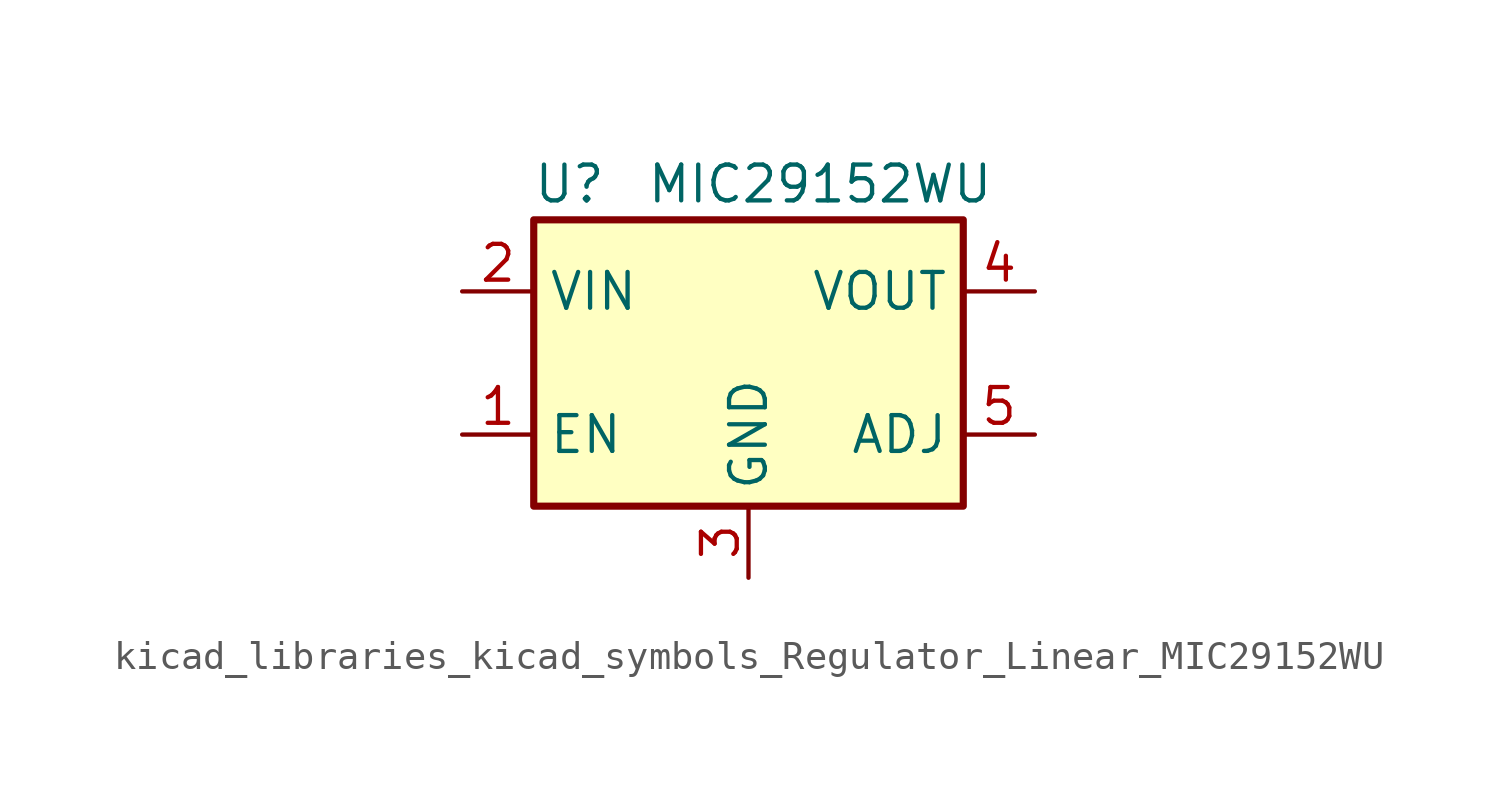
<source format=kicad_sym>
(kicad_symbol_lib
  (version 20220914)
  (generator kicad_symbol_editor)
  (symbol "kicad_libraries_kicad_symbols_Regulator_Linear_MIC29152WU"
    (property "Reference" "U"
      (at -6.35 6.35 0)
      (effects (font (size 1.27 1.27))))
    (property "Value" "MIC29152WU"
      (at 2.54 6.35 0)
      (effects (font (size 1.27 1.27))))
    (symbol "kicad_libraries_kicad_symbols_Regulator_Linear_MIC29152WU_1_1"
      (rectangle (start -7.62 5.08) (end 7.62 -5.08) (stroke (width 0.254) (type default)) (fill (type background)))
      (pin input line (at -10.16 -2.54 0) (length 2.54) (name "EN" (effects (font (size 1.27 1.27)))) (number "1" (effects (font (size 1.27 1.27)))))
      (pin power_in line (at -10.16 2.54 0) (length 2.54) (name "VIN" (effects (font (size 1.27 1.27)))) (number "2" (effects (font (size 1.27 1.27)))))
      (pin power_in line (at 0 -7.62 90) (length 2.54) (name "GND" (effects (font (size 1.27 1.27)))) (number "3" (effects (font (size 1.27 1.27)))))
      (pin power_out line (at 10.16 2.54 180) (length 2.54) (name "VOUT" (effects (font (size 1.27 1.27)))) (number "4" (effects (font (size 1.27 1.27)))))
      (pin input line (at 10.16 -2.54 180) (length 2.54) (name "ADJ" (effects (font (size 1.27 1.27)))) (number "5" (effects (font (size 1.27 1.27))))))))
</source>
